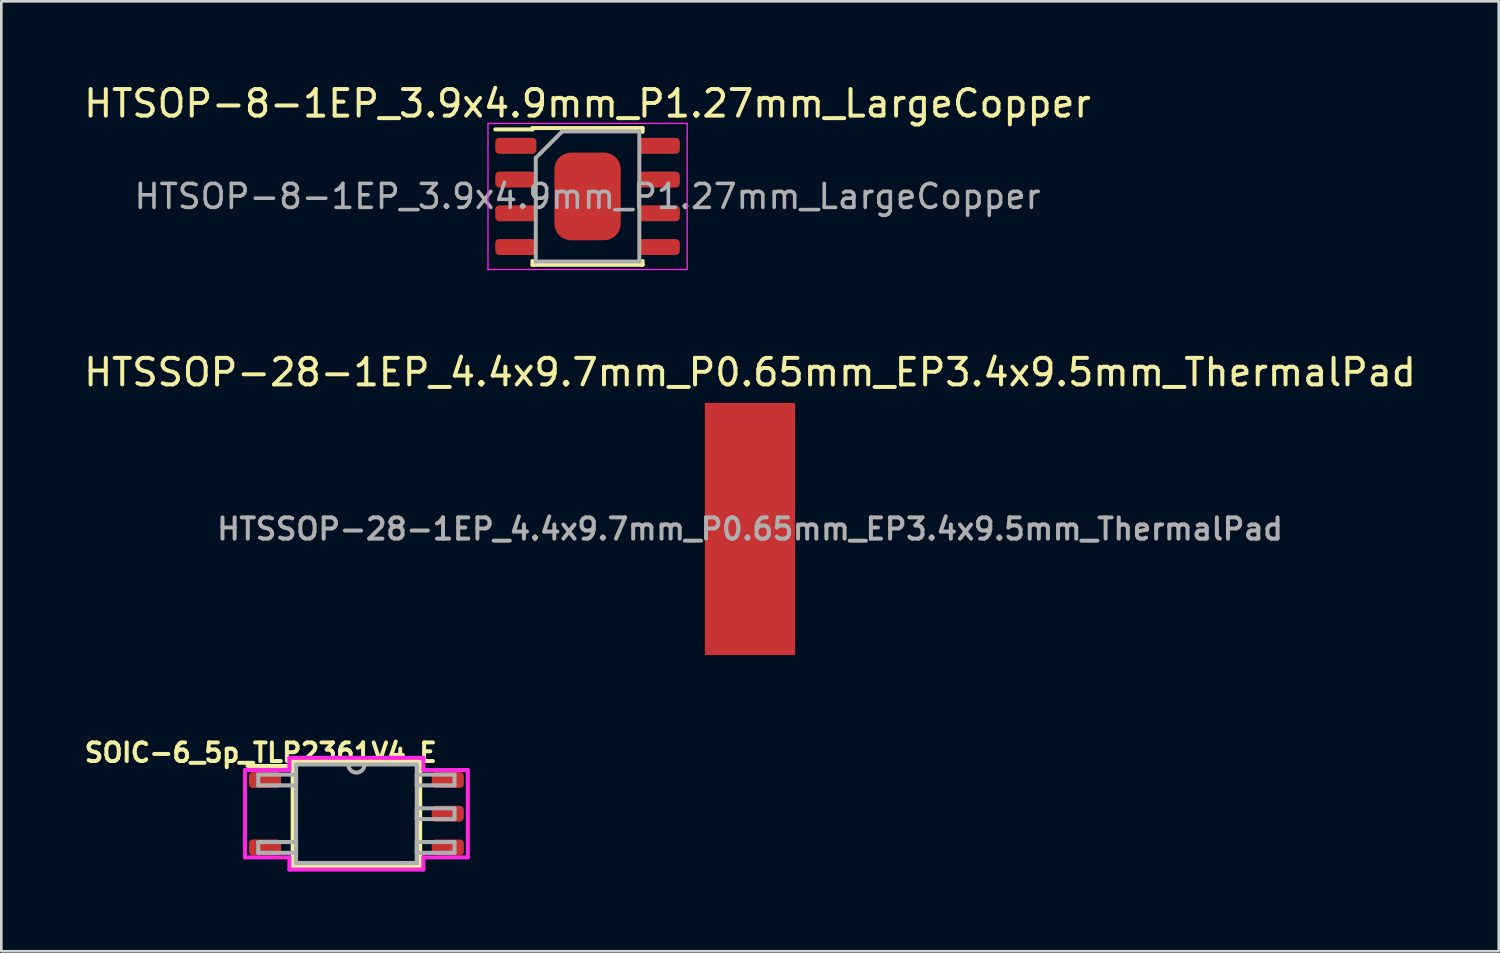
<source format=kicad_pcb>
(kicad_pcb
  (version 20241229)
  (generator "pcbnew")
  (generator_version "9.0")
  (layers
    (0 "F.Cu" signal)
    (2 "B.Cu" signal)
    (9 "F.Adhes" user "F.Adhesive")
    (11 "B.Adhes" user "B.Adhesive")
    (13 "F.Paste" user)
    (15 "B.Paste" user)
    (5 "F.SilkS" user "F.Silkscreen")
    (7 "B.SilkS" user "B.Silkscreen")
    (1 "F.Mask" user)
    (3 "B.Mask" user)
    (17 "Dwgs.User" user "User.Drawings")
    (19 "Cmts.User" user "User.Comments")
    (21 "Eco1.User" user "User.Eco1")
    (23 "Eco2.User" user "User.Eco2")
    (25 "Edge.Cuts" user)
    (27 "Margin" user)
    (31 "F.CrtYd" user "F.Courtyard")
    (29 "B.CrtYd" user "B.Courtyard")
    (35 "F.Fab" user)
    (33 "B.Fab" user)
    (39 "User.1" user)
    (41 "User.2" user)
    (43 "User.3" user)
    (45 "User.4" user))
  (footprint "HTSOP-8-1EP_3.9x4.9mm_P1.27mm_LargeCopper"
    (layer "F.Cu")
    (at 19.077 4.348)
    (property "Reference" "HTSOP-8-1EP_3.9x4.9mm_P1.27mm_LargeCopper" (at 0 -3.5 0) (layer "F.SilkS") (effects (font (size 1 1) (thickness 0.15))))
    (attr smd)
    (fp_line (start -2.075 -2.575) (end -2.075 -2.525) (stroke (width 0.15) (type solid)) (layer "F.SilkS"))
    (fp_line (start -2.075 -2.575) (end 2.075 -2.575) (stroke (width 0.15) (type solid)) (layer "F.SilkS"))
    (fp_line (start -2.075 -2.525) (end -3.475 -2.525) (stroke (width 0.15) (type solid)) (layer "F.SilkS"))
    (fp_line (start -2.075 2.575) (end -2.075 2.43) (stroke (width 0.15) (type solid)) (layer "F.SilkS"))
    (fp_line (start -2.075 2.575) (end 2.075 2.575) (stroke (width 0.15) (type solid)) (layer "F.SilkS"))
    (fp_line (start 2.075 -2.575) (end 2.075 -2.43) (stroke (width 0.15) (type solid)) (layer "F.SilkS"))
    (fp_line (start 2.075 2.575) (end 2.075 2.43) (stroke (width 0.15) (type solid)) (layer "F.SilkS"))
    (fp_line (start -3.75 -2.75) (end -3.75 2.75) (stroke (width 0.05) (type solid)) (layer "F.CrtYd"))
    (fp_line (start -3.75 -2.75) (end 3.75 -2.75) (stroke (width 0.05) (type solid)) (layer "F.CrtYd"))
    (fp_line (start -3.75 2.75) (end 3.75 2.75) (stroke (width 0.05) (type solid)) (layer "F.CrtYd"))
    (fp_line (start 3.75 -2.75) (end 3.75 2.75) (stroke (width 0.05) (type solid)) (layer "F.CrtYd"))
    (fp_line (start -1.95 -1.45) (end -0.95 -2.45) (stroke (width 0.15) (type solid)) (layer "F.Fab"))
    (fp_line (start -1.95 2.45) (end -1.95 -1.45) (stroke (width 0.15) (type solid)) (layer "F.Fab"))
    (fp_line (start -0.95 -2.45) (end 1.95 -2.45) (stroke (width 0.15) (type solid)) (layer "F.Fab"))
    (fp_line (start 1.95 -2.45) (end 1.95 2.45) (stroke (width 0.15) (type solid)) (layer "F.Fab"))
    (fp_line (start 1.95 2.45) (end -1.95 2.45) (stroke (width 0.15) (type solid)) (layer "F.Fab"))
    (fp_text user "${REFERENCE}" (at 0 0 0) (layer "F.Fab") (effects (font (size 0.9 0.9) (thickness 0.135))))
    (pad "1" smd roundrect (at -2.7 -1.905) (size 1.55 0.6) (layers "F.Cu" "F.Mask" "F.Paste") (roundrect_rratio 0.25))
    (pad "2" smd roundrect (at -2.7 -0.635) (size 1.55 0.6) (layers "F.Cu" "F.Mask" "F.Paste") (roundrect_rratio 0.25))
    (pad "3" smd roundrect (at -2.7 0.635) (size 1.55 0.6) (layers "F.Cu" "F.Mask" "F.Paste") (roundrect_rratio 0.25))
    (pad "4" smd roundrect (at -2.7 1.905) (size 1.55 0.6) (layers "F.Cu" "F.Mask" "F.Paste") (roundrect_rratio 0.25))
    (pad "5" smd roundrect (at 2.7 1.905) (size 1.55 0.6) (layers "F.Cu" "F.Mask" "F.Paste") (roundrect_rratio 0.25))
    (pad "6" smd roundrect (at 2.7 0.635) (size 1.55 0.6) (layers "F.Cu" "F.Mask" "F.Paste") (roundrect_rratio 0.25))
    (pad "7" smd roundrect (at 2.7 -0.635) (size 1.55 0.6) (layers "F.Cu" "F.Mask" "F.Paste") (roundrect_rratio 0.25))
    (pad "8" smd roundrect (at 2.7 -1.905) (size 1.55 0.6) (layers "F.Cu" "F.Mask" "F.Paste") (roundrect_rratio 0.25))
    (pad "9" smd roundrect (at 0 0) (size 2.5 3.3) (layers "F.Cu" "F.Mask" "F.Paste") (roundrect_rratio 0.25)))
  (footprint "SOIC-6_5p_TLP2361V4_E"
    (layer "F.Cu")
    (at 10.372 27.594)
    (property "Reference" "SOIC-6_5p_TLP2361V4_E" (at -3.6 -2.3 0) (layer "F.SilkS") (effects (font (size 0.7 0.7) (thickness 0.15))))
    (attr smd)
    (fp_line (start -2.4 -1.981) (end -2.4 1.981) (stroke (width 0.152) (type solid)) (layer "F.SilkS"))
    (fp_line (start -2.4 1.981) (end 2.4 1.981) (stroke (width 0.152) (type solid)) (layer "F.SilkS"))
    (fp_line (start -2.4 -1.8) (end -4.1 -1.8) (stroke (width 0.15) (type solid)) (layer "F.SilkS"))
    (fp_line (start 2.4 -1.981) (end -2.4 -1.981) (stroke (width 0.152) (type solid)) (layer "F.SilkS"))
    (fp_line (start 2.4 1.981) (end 2.4 -1.981) (stroke (width 0.152) (type solid)) (layer "F.SilkS"))
    (fp_line (start -4.196 -1.645) (end -2.523 -1.645) (stroke (width 0.152) (type solid)) (layer "F.CrtYd"))
    (fp_line (start -4.196 1.645) (end -4.196 -1.645) (stroke (width 0.152) (type solid)) (layer "F.CrtYd"))
    (fp_line (start -2.523 -2.104) (end 2.523 -2.104) (stroke (width 0.152) (type solid)) (layer "F.CrtYd"))
    (fp_line (start -2.523 -1.645) (end -2.523 -2.104) (stroke (width 0.152) (type solid)) (layer "F.CrtYd"))
    (fp_line (start -2.523 1.645) (end -4.196 1.645) (stroke (width 0.152) (type solid)) (layer "F.CrtYd"))
    (fp_line (start -2.523 2.104) (end -2.523 1.645) (stroke (width 0.152) (type solid)) (layer "F.CrtYd"))
    (fp_line (start 2.523 -2.104) (end 2.523 -1.645) (stroke (width 0.152) (type solid)) (layer "F.CrtYd"))
    (fp_line (start 2.523 -1.645) (end 4.196 -1.645) (stroke (width 0.152) (type solid)) (layer "F.CrtYd"))
    (fp_line (start 2.523 1.645) (end 2.523 2.104) (stroke (width 0.152) (type solid)) (layer "F.CrtYd"))
    (fp_line (start 2.523 2.104) (end -2.523 2.104) (stroke (width 0.152) (type solid)) (layer "F.CrtYd"))
    (fp_line (start 4.196 -1.645) (end 4.196 1.645) (stroke (width 0.152) (type solid)) (layer "F.CrtYd"))
    (fp_line (start 4.196 1.645) (end 2.523 1.645) (stroke (width 0.152) (type solid)) (layer "F.CrtYd"))
    (fp_line (start -3.696 -1.473) (end -3.696 -1.067) (stroke (width 0.152) (type solid)) (layer "F.Fab"))
    (fp_line (start -3.696 -1.067) (end -2.273 -1.067) (stroke (width 0.152) (type solid)) (layer "F.Fab"))
    (fp_line (start -3.696 1.067) (end -3.696 1.473) (stroke (width 0.152) (type solid)) (layer "F.Fab"))
    (fp_line (start -3.696 1.473) (end -2.273 1.473) (stroke (width 0.152) (type solid)) (layer "F.Fab"))
    (fp_line (start -2.273 -1.854) (end -2.273 1.854) (stroke (width 0.152) (type solid)) (layer "F.Fab"))
    (fp_line (start -2.273 -1.473) (end -3.696 -1.473) (stroke (width 0.152) (type solid)) (layer "F.Fab"))
    (fp_line (start -2.273 -1.067) (end -2.273 -1.473) (stroke (width 0.152) (type solid)) (layer "F.Fab"))
    (fp_line (start -2.273 1.067) (end -3.696 1.067) (stroke (width 0.152) (type solid)) (layer "F.Fab"))
    (fp_line (start -2.273 1.473) (end -2.273 1.067) (stroke (width 0.152) (type solid)) (layer "F.Fab"))
    (fp_line (start -2.273 1.854) (end 2.273 1.854) (stroke (width 0.152) (type solid)) (layer "F.Fab"))
    (fp_line (start 2.273 -1.854) (end -2.273 -1.854) (stroke (width 0.152) (type solid)) (layer "F.Fab"))
    (fp_line (start 2.273 -1.473) (end 2.273 -1.067) (stroke (width 0.152) (type solid)) (layer "F.Fab"))
    (fp_line (start 2.273 -1.067) (end 3.696 -1.067) (stroke (width 0.152) (type solid)) (layer "F.Fab"))
    (fp_line (start 2.273 -0.203) (end 2.273 0.203) (stroke (width 0.152) (type solid)) (layer "F.Fab"))
    (fp_line (start 2.273 0.203) (end 3.696 0.203) (stroke (width 0.152) (type solid)) (layer "F.Fab"))
    (fp_line (start 2.273 1.067) (end 2.273 1.473) (stroke (width 0.152) (type solid)) (layer "F.Fab"))
    (fp_line (start 2.273 1.473) (end 3.696 1.473) (stroke (width 0.152) (type solid)) (layer "F.Fab"))
    (fp_line (start 2.273 1.854) (end 2.273 -1.854) (stroke (width 0.152) (type solid)) (layer "F.Fab"))
    (fp_line (start 3.696 -1.473) (end 2.273 -1.473) (stroke (width 0.152) (type solid)) (layer "F.Fab"))
    (fp_line (start 3.696 -1.067) (end 3.696 -1.473) (stroke (width 0.152) (type solid)) (layer "F.Fab"))
    (fp_line (start 3.696 -0.203) (end 2.273 -0.203) (stroke (width 0.152) (type solid)) (layer "F.Fab"))
    (fp_line (start 3.696 0.203) (end 3.696 -0.203) (stroke (width 0.152) (type solid)) (layer "F.Fab"))
    (fp_line (start 3.696 1.067) (end 2.273 1.067) (stroke (width 0.152) (type solid)) (layer "F.Fab"))
    (fp_line (start 3.696 1.473) (end 3.696 1.067) (stroke (width 0.152) (type solid)) (layer "F.Fab"))
    (fp_arc (start 0.3048 -1.8542) (mid 0 -1.5494) (end -0.3048 -1.8542) (stroke (width 0.1524) (type solid)) (layer "F.Fab"))
    (pad "1" smd roundrect (at -3.442 -1.27) (size 1.208 0.6) (layers "F.Cu" "F.Mask" "F.Paste") (roundrect_rratio 0.25))
    (pad "3" smd roundrect (at -3.442 1.27) (size 1.208 0.6) (layers "F.Cu" "F.Mask" "F.Paste") (roundrect_rratio 0.25))
    (pad "4" smd roundrect (at 3.442 1.27) (size 1.208 0.6) (layers "F.Cu" "F.Mask" "F.Paste") (roundrect_rratio 0.25))
    (pad "5" smd roundrect (at 3.442 0) (size 1.208 0.6) (layers "F.Cu" "F.Mask" "F.Paste") (roundrect_rratio 0.25))
    (pad "6" smd roundrect (at 3.442 -1.27) (size 1.208 0.6) (layers "F.Cu" "F.Mask" "F.Paste") (roundrect_rratio 0.25)))
  (footprint "HTSSOP-28-1EP_4.4x9.7mm_P0.65mm_EP3.4x9.5mm_ThermalPad"
    (layer "F.Cu")
    (at 25.196 16.872)
    (property "Reference" "HTSSOP-28-1EP_4.4x9.7mm_P0.65mm_EP3.4x9.5mm_ThermalPad" (at 0 -5.9 0) (layer "F.SilkS") (effects (font (size 1 1) (thickness 0.15))))
    (attr smd)
    (fp_text user "${REFERENCE}" (at 0 0 0) (layer "F.Fab") (effects (font (size 0.8 0.8) (thickness 0.15))))
    (pad "1" smd rect (at 0 0) (size 3.4 9.5) (layers "F.Cu" "F.Mask")))
  (gr_rect
    (start -3 -3)
    (end 53.393 32.775)
    (stroke (width 0.1) (type default))
    (fill no)
    (layer "Edge.Cuts")))
</source>
